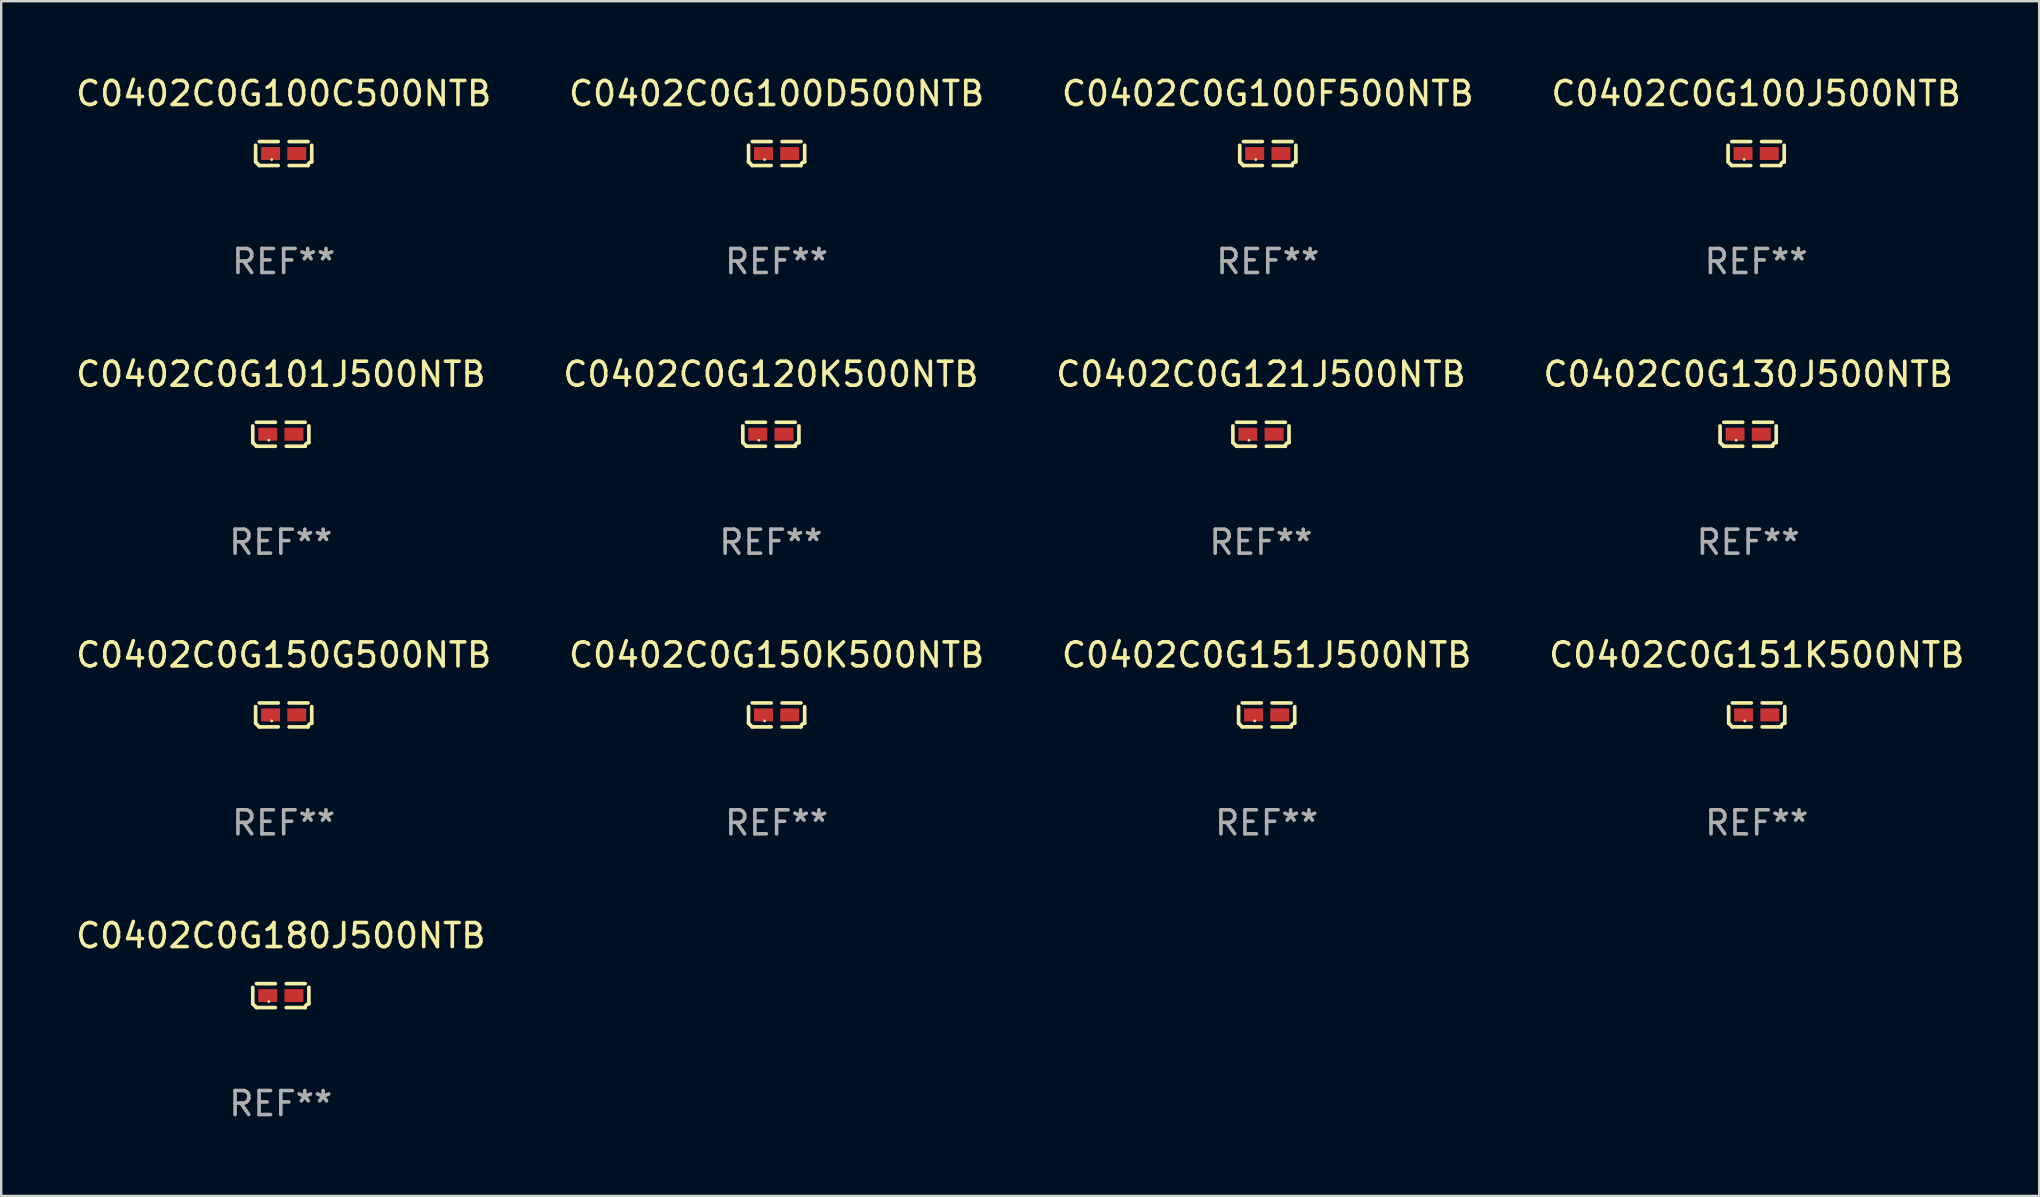
<source format=kicad_pcb>
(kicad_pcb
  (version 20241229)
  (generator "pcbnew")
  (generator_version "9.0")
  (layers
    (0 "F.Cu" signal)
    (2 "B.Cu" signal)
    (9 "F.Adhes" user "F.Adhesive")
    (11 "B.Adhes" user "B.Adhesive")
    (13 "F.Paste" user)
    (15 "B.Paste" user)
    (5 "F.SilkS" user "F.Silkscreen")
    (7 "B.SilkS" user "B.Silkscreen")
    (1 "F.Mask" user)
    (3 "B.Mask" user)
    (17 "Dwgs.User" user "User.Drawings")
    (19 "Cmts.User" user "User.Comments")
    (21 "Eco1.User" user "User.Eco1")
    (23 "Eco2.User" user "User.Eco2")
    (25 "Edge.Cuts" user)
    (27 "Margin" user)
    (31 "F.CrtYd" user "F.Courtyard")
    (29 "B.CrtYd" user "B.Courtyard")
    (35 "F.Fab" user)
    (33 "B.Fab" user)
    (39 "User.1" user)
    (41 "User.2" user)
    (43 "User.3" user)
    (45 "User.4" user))
  (footprint "C0402C0G130J500NTB"
    (layer "F.Cu")
    (at 69.78 15.041)
    (property "Reference" "C0402C0G130J500NTB" (at 0 -2.499 0) (layer "F.SilkS") (effects (font (size 1 1) (thickness 0.15))))
    (attr through_hole)
    (fp_line (start -1.169 0.346) (end -1.169 -0.346) (stroke (width 0.152) (type solid)) (layer "F.SilkS"))
    (fp_line (start -1.016 -0.499) (end -0.226 -0.499) (stroke (width 0.152) (type solid)) (layer "F.SilkS"))
    (fp_line (start -0.226 0.499) (end -1.016 0.499) (stroke (width 0.152) (type solid)) (layer "F.SilkS"))
    (fp_line (start 0.226 0.499) (end 1.016 0.499) (stroke (width 0.152) (type solid)) (layer "F.SilkS"))
    (fp_line (start 1.016 -0.499) (end 0.226 -0.499) (stroke (width 0.152) (type solid)) (layer "F.SilkS"))
    (fp_line (start 1.169 0.346) (end 1.169 -0.346) (stroke (width 0.152) (type solid)) (layer "F.SilkS"))
    (fp_arc (start -1.016307 0.498603) (mid -1.092512 0.422405) (end -1.16871 0.3462) (stroke (width 0.1524) (type solid)) (layer "F.SilkS"))
    (fp_arc (start 1.016307 0.498603) (mid 1.060899 0.390758) (end 1.168707 0.346076) (stroke (width 0.1524) (type solid)) (layer "F.SilkS"))
    (fp_circle (center -0.5 0.25) (end -0.47 0.25) (stroke (width 0.06) (type solid)) (fill no) (layer "F.SilkS"))
    (fp_text user "REF**" (at 0 4.499 0) (layer "F.Fab") (effects (font (size 1 1) (thickness 0.15))))
    (pad "1" smd rect (at -0.545 0) (size 0.79 0.54) (layers "F.Cu" "F.Mask" "F.Paste"))
    (pad "2" smd rect (at 0.545 0) (size 0.79 0.54) (layers "F.Cu" "F.Mask" "F.Paste")))
  (footprint "C0402C0G100C500NTB"
    (layer "F.Cu")
    (at 8.768 3.347)
    (property "Reference" "C0402C0G100C500NTB" (at 0 -2.499 0) (layer "F.SilkS") (effects (font (size 1 1) (thickness 0.15))))
    (attr through_hole)
    (fp_line (start -1.169 0.346) (end -1.169 -0.346) (stroke (width 0.152) (type solid)) (layer "F.SilkS"))
    (fp_line (start -1.016 -0.499) (end -0.226 -0.499) (stroke (width 0.152) (type solid)) (layer "F.SilkS"))
    (fp_line (start -0.226 0.499) (end -1.016 0.499) (stroke (width 0.152) (type solid)) (layer "F.SilkS"))
    (fp_line (start 0.226 0.499) (end 1.016 0.499) (stroke (width 0.152) (type solid)) (layer "F.SilkS"))
    (fp_line (start 1.016 -0.499) (end 0.226 -0.499) (stroke (width 0.152) (type solid)) (layer "F.SilkS"))
    (fp_line (start 1.169 0.346) (end 1.169 -0.346) (stroke (width 0.152) (type solid)) (layer "F.SilkS"))
    (fp_arc (start -1.016307 0.498603) (mid -1.092512 0.422405) (end -1.16871 0.3462) (stroke (width 0.1524) (type solid)) (layer "F.SilkS"))
    (fp_arc (start 1.016307 0.498603) (mid 1.060899 0.390758) (end 1.168707 0.346076) (stroke (width 0.1524) (type solid)) (layer "F.SilkS"))
    (fp_circle (center -0.5 0.25) (end -0.47 0.25) (stroke (width 0.06) (type solid)) (fill no) (layer "F.SilkS"))
    (fp_text user "REF**" (at 0 4.499 0) (layer "F.Fab") (effects (font (size 1 1) (thickness 0.15))))
    (pad "1" smd rect (at -0.545 0) (size 0.79 0.54) (layers "F.Cu" "F.Mask" "F.Paste"))
    (pad "2" smd rect (at 0.545 0) (size 0.79 0.54) (layers "F.Cu" "F.Mask" "F.Paste")))
  (footprint "C0402C0G101J500NTB"
    (layer "F.Cu")
    (at 8.649 15.041)
    (property "Reference" "C0402C0G101J500NTB" (at 0 -2.499 0) (layer "F.SilkS") (effects (font (size 1 1) (thickness 0.15))))
    (attr through_hole)
    (fp_line (start -1.169 0.346) (end -1.169 -0.346) (stroke (width 0.152) (type solid)) (layer "F.SilkS"))
    (fp_line (start -1.016 -0.499) (end -0.226 -0.499) (stroke (width 0.152) (type solid)) (layer "F.SilkS"))
    (fp_line (start -0.226 0.499) (end -1.016 0.499) (stroke (width 0.152) (type solid)) (layer "F.SilkS"))
    (fp_line (start 0.226 0.499) (end 1.016 0.499) (stroke (width 0.152) (type solid)) (layer "F.SilkS"))
    (fp_line (start 1.016 -0.499) (end 0.226 -0.499) (stroke (width 0.152) (type solid)) (layer "F.SilkS"))
    (fp_line (start 1.169 0.346) (end 1.169 -0.346) (stroke (width 0.152) (type solid)) (layer "F.SilkS"))
    (fp_arc (start -1.016307 0.498603) (mid -1.092512 0.422405) (end -1.16871 0.3462) (stroke (width 0.1524) (type solid)) (layer "F.SilkS"))
    (fp_arc (start 1.016307 0.498603) (mid 1.060899 0.390758) (end 1.168707 0.346076) (stroke (width 0.1524) (type solid)) (layer "F.SilkS"))
    (fp_circle (center -0.5 0.25) (end -0.47 0.25) (stroke (width 0.06) (type solid)) (fill no) (layer "F.SilkS"))
    (fp_text user "REF**" (at 0 4.499 0) (layer "F.Fab") (effects (font (size 1 1) (thickness 0.15))))
    (pad "1" smd rect (at -0.545 0) (size 0.79 0.54) (layers "F.Cu" "F.Mask" "F.Paste"))
    (pad "2" smd rect (at 0.545 0) (size 0.79 0.54) (layers "F.Cu" "F.Mask" "F.Paste")))
  (footprint "C0402C0G100D500NTB"
    (layer "F.Cu")
    (at 29.304 3.347)
    (property "Reference" "C0402C0G100D500NTB" (at 0 -2.499 0) (layer "F.SilkS") (effects (font (size 1 1) (thickness 0.15))))
    (attr through_hole)
    (fp_line (start -1.169 0.346) (end -1.169 -0.346) (stroke (width 0.152) (type solid)) (layer "F.SilkS"))
    (fp_line (start -1.016 -0.499) (end -0.226 -0.499) (stroke (width 0.152) (type solid)) (layer "F.SilkS"))
    (fp_line (start -0.226 0.499) (end -1.016 0.499) (stroke (width 0.152) (type solid)) (layer "F.SilkS"))
    (fp_line (start 0.226 0.499) (end 1.016 0.499) (stroke (width 0.152) (type solid)) (layer "F.SilkS"))
    (fp_line (start 1.016 -0.499) (end 0.226 -0.499) (stroke (width 0.152) (type solid)) (layer "F.SilkS"))
    (fp_line (start 1.169 0.346) (end 1.169 -0.346) (stroke (width 0.152) (type solid)) (layer "F.SilkS"))
    (fp_arc (start -1.016307 0.498603) (mid -1.092512 0.422405) (end -1.16871 0.3462) (stroke (width 0.1524) (type solid)) (layer "F.SilkS"))
    (fp_arc (start 1.016307 0.498603) (mid 1.060899 0.390758) (end 1.168707 0.346076) (stroke (width 0.1524) (type solid)) (layer "F.SilkS"))
    (fp_circle (center -0.5 0.25) (end -0.47 0.25) (stroke (width 0.06) (type solid)) (fill no) (layer "F.SilkS"))
    (fp_text user "REF**" (at 0 4.499 0) (layer "F.Fab") (effects (font (size 1 1) (thickness 0.15))))
    (pad "1" smd rect (at -0.545 0) (size 0.79 0.54) (layers "F.Cu" "F.Mask" "F.Paste"))
    (pad "2" smd rect (at 0.545 0) (size 0.79 0.54) (layers "F.Cu" "F.Mask" "F.Paste")))
  (footprint "C0402C0G120K500NTB"
    (layer "F.Cu")
    (at 29.065 15.041)
    (property "Reference" "C0402C0G120K500NTB" (at 0 -2.499 0) (layer "F.SilkS") (effects (font (size 1 1) (thickness 0.15))))
    (attr through_hole)
    (fp_line (start -1.169 0.346) (end -1.169 -0.346) (stroke (width 0.152) (type solid)) (layer "F.SilkS"))
    (fp_line (start -1.016 -0.499) (end -0.226 -0.499) (stroke (width 0.152) (type solid)) (layer "F.SilkS"))
    (fp_line (start -0.226 0.499) (end -1.016 0.499) (stroke (width 0.152) (type solid)) (layer "F.SilkS"))
    (fp_line (start 0.226 0.499) (end 1.016 0.499) (stroke (width 0.152) (type solid)) (layer "F.SilkS"))
    (fp_line (start 1.016 -0.499) (end 0.226 -0.499) (stroke (width 0.152) (type solid)) (layer "F.SilkS"))
    (fp_line (start 1.169 0.346) (end 1.169 -0.346) (stroke (width 0.152) (type solid)) (layer "F.SilkS"))
    (fp_arc (start -1.016307 0.498603) (mid -1.092512 0.422405) (end -1.16871 0.3462) (stroke (width 0.1524) (type solid)) (layer "F.SilkS"))
    (fp_arc (start 1.016307 0.498603) (mid 1.060899 0.390758) (end 1.168707 0.346076) (stroke (width 0.1524) (type solid)) (layer "F.SilkS"))
    (fp_circle (center -0.5 0.25) (end -0.47 0.25) (stroke (width 0.06) (type solid)) (fill no) (layer "F.SilkS"))
    (fp_text user "REF**" (at 0 4.499 0) (layer "F.Fab") (effects (font (size 1 1) (thickness 0.15))))
    (pad "1" smd rect (at -0.545 0) (size 0.79 0.54) (layers "F.Cu" "F.Mask" "F.Paste"))
    (pad "2" smd rect (at 0.545 0) (size 0.79 0.54) (layers "F.Cu" "F.Mask" "F.Paste")))
  (footprint "C0402C0G100F500NTB"
    (layer "F.Cu")
    (at 49.768 3.347)
    (property "Reference" "C0402C0G100F500NTB" (at 0 -2.499 0) (layer "F.SilkS") (effects (font (size 1 1) (thickness 0.15))))
    (attr through_hole)
    (fp_line (start -1.169 0.346) (end -1.169 -0.346) (stroke (width 0.152) (type solid)) (layer "F.SilkS"))
    (fp_line (start -1.016 -0.499) (end -0.226 -0.499) (stroke (width 0.152) (type solid)) (layer "F.SilkS"))
    (fp_line (start -0.226 0.499) (end -1.016 0.499) (stroke (width 0.152) (type solid)) (layer "F.SilkS"))
    (fp_line (start 0.226 0.499) (end 1.016 0.499) (stroke (width 0.152) (type solid)) (layer "F.SilkS"))
    (fp_line (start 1.016 -0.499) (end 0.226 -0.499) (stroke (width 0.152) (type solid)) (layer "F.SilkS"))
    (fp_line (start 1.169 0.346) (end 1.169 -0.346) (stroke (width 0.152) (type solid)) (layer "F.SilkS"))
    (fp_arc (start -1.016307 0.498603) (mid -1.092512 0.422405) (end -1.16871 0.3462) (stroke (width 0.1524) (type solid)) (layer "F.SilkS"))
    (fp_arc (start 1.016307 0.498603) (mid 1.060899 0.390758) (end 1.168707 0.346076) (stroke (width 0.1524) (type solid)) (layer "F.SilkS"))
    (fp_circle (center -0.5 0.25) (end -0.47 0.25) (stroke (width 0.06) (type solid)) (fill no) (layer "F.SilkS"))
    (fp_text user "REF**" (at 0 4.499 0) (layer "F.Fab") (effects (font (size 1 1) (thickness 0.15))))
    (pad "1" smd rect (at -0.545 0) (size 0.79 0.54) (layers "F.Cu" "F.Mask" "F.Paste"))
    (pad "2" smd rect (at 0.545 0) (size 0.79 0.54) (layers "F.Cu" "F.Mask" "F.Paste")))
  (footprint "C0402C0G150K500NTB"
    (layer "F.Cu")
    (at 29.304 26.734)
    (property "Reference" "C0402C0G150K500NTB" (at 0 -2.499 0) (layer "F.SilkS") (effects (font (size 1 1) (thickness 0.15))))
    (attr through_hole)
    (fp_line (start -1.169 0.346) (end -1.169 -0.346) (stroke (width 0.152) (type solid)) (layer "F.SilkS"))
    (fp_line (start -1.016 -0.499) (end -0.226 -0.499) (stroke (width 0.152) (type solid)) (layer "F.SilkS"))
    (fp_line (start -0.226 0.499) (end -1.016 0.499) (stroke (width 0.152) (type solid)) (layer "F.SilkS"))
    (fp_line (start 0.226 0.499) (end 1.016 0.499) (stroke (width 0.152) (type solid)) (layer "F.SilkS"))
    (fp_line (start 1.016 -0.499) (end 0.226 -0.499) (stroke (width 0.152) (type solid)) (layer "F.SilkS"))
    (fp_line (start 1.169 0.346) (end 1.169 -0.346) (stroke (width 0.152) (type solid)) (layer "F.SilkS"))
    (fp_arc (start -1.016307 0.498603) (mid -1.092512 0.422405) (end -1.16871 0.3462) (stroke (width 0.1524) (type solid)) (layer "F.SilkS"))
    (fp_arc (start 1.016307 0.498603) (mid 1.060899 0.390758) (end 1.168707 0.346076) (stroke (width 0.1524) (type solid)) (layer "F.SilkS"))
    (fp_circle (center -0.5 0.25) (end -0.47 0.25) (stroke (width 0.06) (type solid)) (fill no) (layer "F.SilkS"))
    (fp_text user "REF**" (at 0 4.499 0) (layer "F.Fab") (effects (font (size 1 1) (thickness 0.15))))
    (pad "1" smd rect (at -0.545 0) (size 0.79 0.54) (layers "F.Cu" "F.Mask" "F.Paste"))
    (pad "2" smd rect (at 0.545 0) (size 0.79 0.54) (layers "F.Cu" "F.Mask" "F.Paste")))
  (footprint "C0402C0G151J500NTB"
    (layer "F.Cu")
    (at 49.72 26.734)
    (property "Reference" "C0402C0G151J500NTB" (at 0 -2.499 0) (layer "F.SilkS") (effects (font (size 1 1) (thickness 0.15))))
    (attr through_hole)
    (fp_line (start -1.169 0.346) (end -1.169 -0.346) (stroke (width 0.152) (type solid)) (layer "F.SilkS"))
    (fp_line (start -1.016 -0.499) (end -0.226 -0.499) (stroke (width 0.152) (type solid)) (layer "F.SilkS"))
    (fp_line (start -0.226 0.499) (end -1.016 0.499) (stroke (width 0.152) (type solid)) (layer "F.SilkS"))
    (fp_line (start 0.226 0.499) (end 1.016 0.499) (stroke (width 0.152) (type solid)) (layer "F.SilkS"))
    (fp_line (start 1.016 -0.499) (end 0.226 -0.499) (stroke (width 0.152) (type solid)) (layer "F.SilkS"))
    (fp_line (start 1.169 0.346) (end 1.169 -0.346) (stroke (width 0.152) (type solid)) (layer "F.SilkS"))
    (fp_arc (start -1.016307 0.498603) (mid -1.092512 0.422405) (end -1.16871 0.3462) (stroke (width 0.1524) (type solid)) (layer "F.SilkS"))
    (fp_arc (start 1.016307 0.498603) (mid 1.060899 0.390758) (end 1.168707 0.346076) (stroke (width 0.1524) (type solid)) (layer "F.SilkS"))
    (fp_circle (center -0.5 0.25) (end -0.47 0.25) (stroke (width 0.06) (type solid)) (fill no) (layer "F.SilkS"))
    (fp_text user "REF**" (at 0 4.499 0) (layer "F.Fab") (effects (font (size 1 1) (thickness 0.15))))
    (pad "1" smd rect (at -0.545 0) (size 0.79 0.54) (layers "F.Cu" "F.Mask" "F.Paste"))
    (pad "2" smd rect (at 0.545 0) (size 0.79 0.54) (layers "F.Cu" "F.Mask" "F.Paste")))
  (footprint "C0402C0G180J500NTB"
    (layer "F.Cu")
    (at 8.649 38.428)
    (property "Reference" "C0402C0G180J500NTB" (at 0 -2.499 0) (layer "F.SilkS") (effects (font (size 1 1) (thickness 0.15))))
    (attr through_hole)
    (fp_line (start -1.169 0.346) (end -1.169 -0.346) (stroke (width 0.152) (type solid)) (layer "F.SilkS"))
    (fp_line (start -1.016 -0.499) (end -0.226 -0.499) (stroke (width 0.152) (type solid)) (layer "F.SilkS"))
    (fp_line (start -0.226 0.499) (end -1.016 0.499) (stroke (width 0.152) (type solid)) (layer "F.SilkS"))
    (fp_line (start 0.226 0.499) (end 1.016 0.499) (stroke (width 0.152) (type solid)) (layer "F.SilkS"))
    (fp_line (start 1.016 -0.499) (end 0.226 -0.499) (stroke (width 0.152) (type solid)) (layer "F.SilkS"))
    (fp_line (start 1.169 0.346) (end 1.169 -0.346) (stroke (width 0.152) (type solid)) (layer "F.SilkS"))
    (fp_arc (start -1.016307 0.498603) (mid -1.092512 0.422405) (end -1.16871 0.3462) (stroke (width 0.1524) (type solid)) (layer "F.SilkS"))
    (fp_arc (start 1.016307 0.498603) (mid 1.060899 0.390758) (end 1.168707 0.346076) (stroke (width 0.1524) (type solid)) (layer "F.SilkS"))
    (fp_circle (center -0.5 0.25) (end -0.47 0.25) (stroke (width 0.06) (type solid)) (fill no) (layer "F.SilkS"))
    (fp_text user "REF**" (at 0 4.499 0) (layer "F.Fab") (effects (font (size 1 1) (thickness 0.15))))
    (pad "1" smd rect (at -0.545 0) (size 0.79 0.54) (layers "F.Cu" "F.Mask" "F.Paste"))
    (pad "2" smd rect (at 0.545 0) (size 0.79 0.54) (layers "F.Cu" "F.Mask" "F.Paste")))
  (footprint "C0402C0G150G500NTB"
    (layer "F.Cu")
    (at 8.768 26.734)
    (property "Reference" "C0402C0G150G500NTB" (at 0 -2.499 0) (layer "F.SilkS") (effects (font (size 1 1) (thickness 0.15))))
    (attr through_hole)
    (fp_line (start -1.169 0.346) (end -1.169 -0.346) (stroke (width 0.152) (type solid)) (layer "F.SilkS"))
    (fp_line (start -1.016 -0.499) (end -0.226 -0.499) (stroke (width 0.152) (type solid)) (layer "F.SilkS"))
    (fp_line (start -0.226 0.499) (end -1.016 0.499) (stroke (width 0.152) (type solid)) (layer "F.SilkS"))
    (fp_line (start 0.226 0.499) (end 1.016 0.499) (stroke (width 0.152) (type solid)) (layer "F.SilkS"))
    (fp_line (start 1.016 -0.499) (end 0.226 -0.499) (stroke (width 0.152) (type solid)) (layer "F.SilkS"))
    (fp_line (start 1.169 0.346) (end 1.169 -0.346) (stroke (width 0.152) (type solid)) (layer "F.SilkS"))
    (fp_arc (start -1.016307 0.498603) (mid -1.092512 0.422405) (end -1.16871 0.3462) (stroke (width 0.1524) (type solid)) (layer "F.SilkS"))
    (fp_arc (start 1.016307 0.498603) (mid 1.060899 0.390758) (end 1.168707 0.346076) (stroke (width 0.1524) (type solid)) (layer "F.SilkS"))
    (fp_circle (center -0.5 0.25) (end -0.47 0.25) (stroke (width 0.06) (type solid)) (fill no) (layer "F.SilkS"))
    (fp_text user "REF**" (at 0 4.499 0) (layer "F.Fab") (effects (font (size 1 1) (thickness 0.15))))
    (pad "1" smd rect (at -0.545 0) (size 0.79 0.54) (layers "F.Cu" "F.Mask" "F.Paste"))
    (pad "2" smd rect (at 0.545 0) (size 0.79 0.54) (layers "F.Cu" "F.Mask" "F.Paste")))
  (footprint "C0402C0G151K500NTB"
    (layer "F.Cu")
    (at 70.137 26.734)
    (property "Reference" "C0402C0G151K500NTB" (at 0 -2.499 0) (layer "F.SilkS") (effects (font (size 1 1) (thickness 0.15))))
    (attr through_hole)
    (fp_line (start -1.169 0.346) (end -1.169 -0.346) (stroke (width 0.152) (type solid)) (layer "F.SilkS"))
    (fp_line (start -1.016 -0.499) (end -0.226 -0.499) (stroke (width 0.152) (type solid)) (layer "F.SilkS"))
    (fp_line (start -0.226 0.499) (end -1.016 0.499) (stroke (width 0.152) (type solid)) (layer "F.SilkS"))
    (fp_line (start 0.226 0.499) (end 1.016 0.499) (stroke (width 0.152) (type solid)) (layer "F.SilkS"))
    (fp_line (start 1.016 -0.499) (end 0.226 -0.499) (stroke (width 0.152) (type solid)) (layer "F.SilkS"))
    (fp_line (start 1.169 0.346) (end 1.169 -0.346) (stroke (width 0.152) (type solid)) (layer "F.SilkS"))
    (fp_arc (start -1.016307 0.498603) (mid -1.092512 0.422405) (end -1.16871 0.3462) (stroke (width 0.1524) (type solid)) (layer "F.SilkS"))
    (fp_arc (start 1.016307 0.498603) (mid 1.060899 0.390758) (end 1.168707 0.346076) (stroke (width 0.1524) (type solid)) (layer "F.SilkS"))
    (fp_circle (center -0.5 0.25) (end -0.47 0.25) (stroke (width 0.06) (type solid)) (fill no) (layer "F.SilkS"))
    (fp_text user "REF**" (at 0 4.499 0) (layer "F.Fab") (effects (font (size 1 1) (thickness 0.15))))
    (pad "1" smd rect (at -0.545 0) (size 0.79 0.54) (layers "F.Cu" "F.Mask" "F.Paste"))
    (pad "2" smd rect (at 0.545 0) (size 0.79 0.54) (layers "F.Cu" "F.Mask" "F.Paste")))
  (footprint "C0402C0G100J500NTB"
    (layer "F.Cu")
    (at 70.113 3.347)
    (property "Reference" "C0402C0G100J500NTB" (at 0 -2.499 0) (layer "F.SilkS") (effects (font (size 1 1) (thickness 0.15))))
    (attr through_hole)
    (fp_line (start -1.169 0.346) (end -1.169 -0.346) (stroke (width 0.152) (type solid)) (layer "F.SilkS"))
    (fp_line (start -1.016 -0.499) (end -0.226 -0.499) (stroke (width 0.152) (type solid)) (layer "F.SilkS"))
    (fp_line (start -0.226 0.499) (end -1.016 0.499) (stroke (width 0.152) (type solid)) (layer "F.SilkS"))
    (fp_line (start 0.226 0.499) (end 1.016 0.499) (stroke (width 0.152) (type solid)) (layer "F.SilkS"))
    (fp_line (start 1.016 -0.499) (end 0.226 -0.499) (stroke (width 0.152) (type solid)) (layer "F.SilkS"))
    (fp_line (start 1.169 0.346) (end 1.169 -0.346) (stroke (width 0.152) (type solid)) (layer "F.SilkS"))
    (fp_arc (start -1.016307 0.498603) (mid -1.092512 0.422405) (end -1.16871 0.3462) (stroke (width 0.1524) (type solid)) (layer "F.SilkS"))
    (fp_arc (start 1.016307 0.498603) (mid 1.060899 0.390758) (end 1.168707 0.346076) (stroke (width 0.1524) (type solid)) (layer "F.SilkS"))
    (fp_circle (center -0.5 0.25) (end -0.47 0.25) (stroke (width 0.06) (type solid)) (fill no) (layer "F.SilkS"))
    (fp_text user "REF**" (at 0 4.499 0) (layer "F.Fab") (effects (font (size 1 1) (thickness 0.15))))
    (pad "1" smd rect (at -0.545 0) (size 0.79 0.54) (layers "F.Cu" "F.Mask" "F.Paste"))
    (pad "2" smd rect (at 0.545 0) (size 0.79 0.54) (layers "F.Cu" "F.Mask" "F.Paste")))
  (footprint "C0402C0G121J500NTB"
    (layer "F.Cu")
    (at 49.482 15.041)
    (property "Reference" "C0402C0G121J500NTB" (at 0 -2.499 0) (layer "F.SilkS") (effects (font (size 1 1) (thickness 0.15))))
    (attr through_hole)
    (fp_line (start -1.169 0.346) (end -1.169 -0.346) (stroke (width 0.152) (type solid)) (layer "F.SilkS"))
    (fp_line (start -1.016 -0.499) (end -0.226 -0.499) (stroke (width 0.152) (type solid)) (layer "F.SilkS"))
    (fp_line (start -0.226 0.499) (end -1.016 0.499) (stroke (width 0.152) (type solid)) (layer "F.SilkS"))
    (fp_line (start 0.226 0.499) (end 1.016 0.499) (stroke (width 0.152) (type solid)) (layer "F.SilkS"))
    (fp_line (start 1.016 -0.499) (end 0.226 -0.499) (stroke (width 0.152) (type solid)) (layer "F.SilkS"))
    (fp_line (start 1.169 0.346) (end 1.169 -0.346) (stroke (width 0.152) (type solid)) (layer "F.SilkS"))
    (fp_arc (start -1.016307 0.498603) (mid -1.092512 0.422405) (end -1.16871 0.3462) (stroke (width 0.1524) (type solid)) (layer "F.SilkS"))
    (fp_arc (start 1.016307 0.498603) (mid 1.060899 0.390758) (end 1.168707 0.346076) (stroke (width 0.1524) (type solid)) (layer "F.SilkS"))
    (fp_circle (center -0.5 0.25) (end -0.47 0.25) (stroke (width 0.06) (type solid)) (fill no) (layer "F.SilkS"))
    (fp_text user "REF**" (at 0 4.499 0) (layer "F.Fab") (effects (font (size 1 1) (thickness 0.15))))
    (pad "1" smd rect (at -0.545 0) (size 0.79 0.54) (layers "F.Cu" "F.Mask" "F.Paste"))
    (pad "2" smd rect (at 0.545 0) (size 0.79 0.54) (layers "F.Cu" "F.Mask" "F.Paste")))
  (gr_rect
    (start -3 -3)
    (end 81.905 46.775)
    (stroke (width 0.1) (type default))
    (fill no)
    (layer "Edge.Cuts")))
</source>
